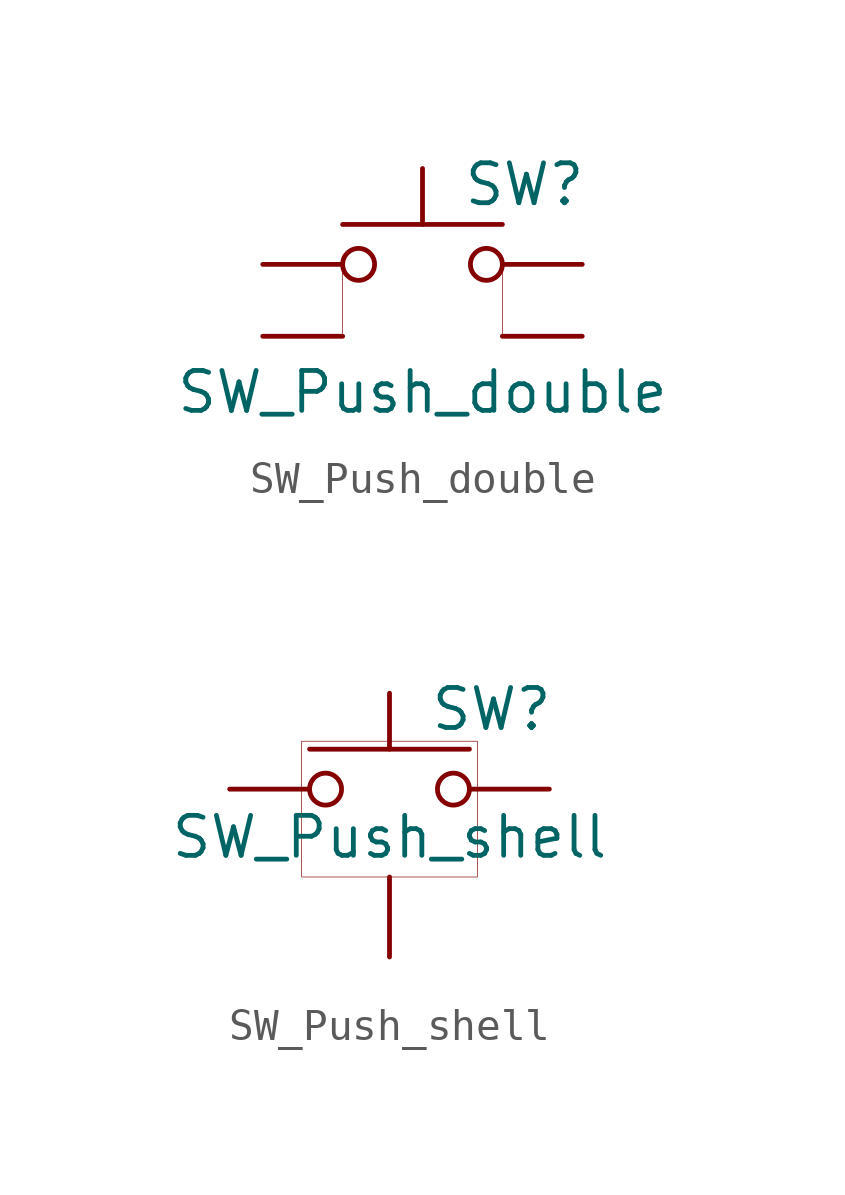
<source format=kicad_sym>
(kicad_symbol_lib
  (version 20201005)
  (generator kicad_symbol_editor)
  (symbol "hdmi2c:SW_Push_double"
    (pin_numbers hide)
    (pin_names
      (offset 1.016) hide)
    (property "Reference" "SW"
      (at 1.27 2.54 0)
      (effects (font (size 1.27 1.27)) (justify left)))
    (property "Value" "SW_Push_double"
      (at 0 -4.064 0)
      (effects (font (size 1.27 1.27))))
    (symbol "SW_Push_double_0_1"
      (circle (center -2.032 0) (radius 0.508) (stroke (width 0)) (fill (type none)))
      (circle (center 2.032 0) (radius 0.508) (stroke (width 0)) (fill (type none)))
      (polyline (pts (xy 0 1.27) (xy 0 3.048)) (stroke (width 0)) (fill (type none)))
      (polyline (pts (xy 2.54 1.27) (xy -2.54 1.27)) (stroke (width 0)) (fill (type none)))
      (polyline (pts (xy -2.54 -2.286) (xy -2.54 0)) (stroke (width 0.001)) (fill (type none)))
      (polyline (pts (xy 2.54 -2.286) (xy 2.54 0)) (stroke (width 0.001)) (fill (type none)))
      (pin passive line (at -5.08 0 0) (length 2.54) (name "1" (effects (font (size 1.27 1.27)))) (number "1" (effects (font (size 1.27 1.27)))))
      (pin passive line (at 5.08 0 180) (length 2.54) (name "3" (effects (font (size 1.27 1.27)))) (number "3" (effects (font (size 1.27 1.27)))))
      (pin passive line (at -5.08 -2.286 0) (length 2.54) (name "2" (effects (font (size 1.27 1.27)))) (number "2" (effects (font (size 1.27 1.27)))))
      (pin passive line (at 5.08 -2.286 180) (length 2.54) (name "4" (effects (font (size 1.27 1.27)))) (number "4" (effects (font (size 1.27 1.27)))))))
  (symbol "hdmi2c:SW_Push_shell"
    (pin_numbers hide)
    (pin_names
      (offset 1.016) hide)
    (property "Reference" "SW"
      (at 1.27 2.54 0)
      (effects (font (size 1.27 1.27)) (justify left)))
    (property "Value" "SW_Push_shell"
      (at 0 -1.524 0)
      (effects (font (size 1.27 1.27))))
    (symbol "SW_Push_shell_0_1"
      (circle (center -2.032 0) (radius 0.508) (stroke (width 0)) (fill (type none)))
      (circle (center 2.032 0) (radius 0.508) (stroke (width 0)) (fill (type none)))
      (rectangle (start -2.794 1.524) (end 2.794 -2.794) (stroke (width 0.001)) (fill (type none)))
      (polyline (pts (xy 0 1.27) (xy 0 3.048)) (stroke (width 0)) (fill (type none)))
      (polyline (pts (xy 2.54 1.27) (xy -2.54 1.27)) (stroke (width 0)) (fill (type none)))
      (pin passive line (at -5.08 0 0) (length 2.54) (name "1" (effects (font (size 1.27 1.27)))) (number "1" (effects (font (size 1.27 1.27)))))
      (pin passive line (at 5.08 0 180) (length 2.54) (name "2" (effects (font (size 1.27 1.27)))) (number "2" (effects (font (size 1.27 1.27))))))
    (symbol "SW_Push_shell_1_1"
      (pin passive line (at 0 -5.334 90) (length 2.54) (name "Shell" (effects (font (size 1.27 1.27)))) (number "SH" (effects (font (size 1.27 1.27))))))))
</source>
